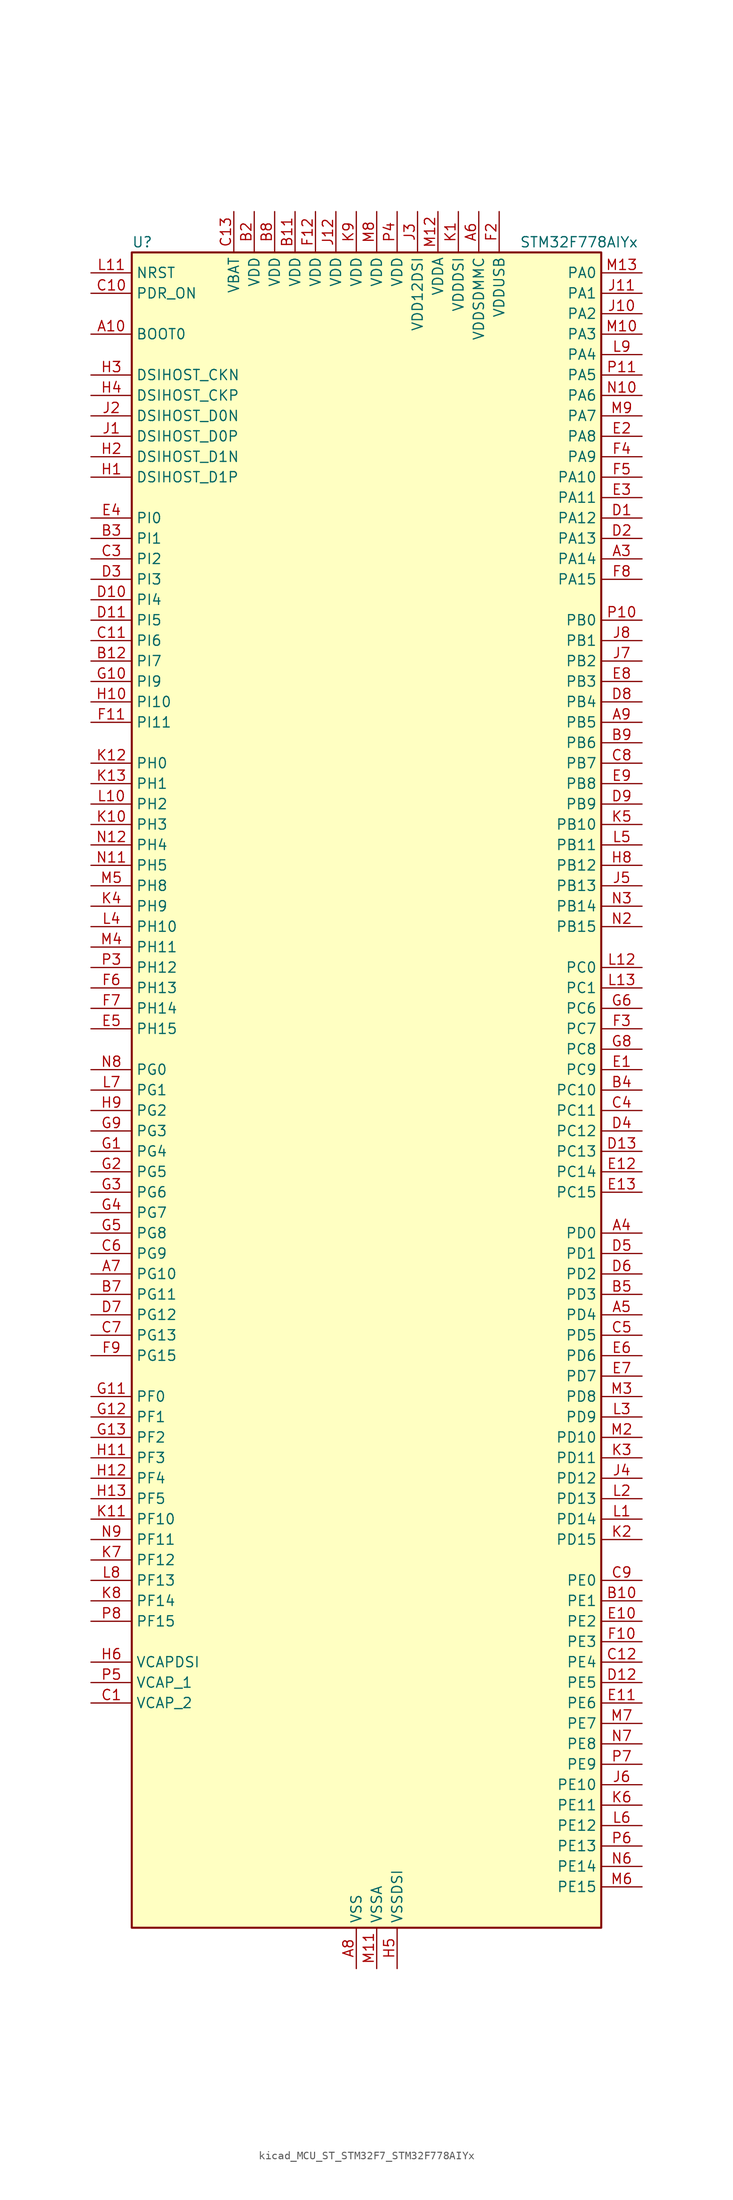
<source format=kicad_sym>
(kicad_symbol_lib
  (version 20220914)
  (generator kicad_symbol_editor)
  (symbol "kicad_MCU_ST_STM32F7_STM32F778AIYx"
    (property "Reference" "U"
      (at -27.94 105.41 0)
      (effects (font (size 1.27 1.27)) (justify left)))
    (property "Value" "STM32F778AIYx"
      (at 20.32 105.41 0)
      (effects (font (size 1.27 1.27)) (justify left)))
    (property "ki_locked" ""
      (at 0 0 0)
      (effects (font (size 1.27 1.27))))
    (symbol "kicad_MCU_ST_STM32F7_STM32F778AIYx_0_1"
      (rectangle (start -27.94 -104.14) (end 30.48 104.14) (stroke (width 0.254) (type default)) (fill (type background))))
    (symbol "kicad_MCU_ST_STM32F7_STM32F778AIYx_1_1"
      (pin no_connect line (at -27.94 -104.14 0) (length 5.08) hide (name "NC" (effects (font (size 1.27 1.27)))) (number "A1" (effects (font (size 1.27 1.27)))))
      (pin input line (at -33.02 93.98 0) (length 5.08) (name "BOOT0" (effects (font (size 1.27 1.27)))) (number "A10" (effects (font (size 1.27 1.27)))))
      (pin passive line (at 0 -109.22 90) (length 5.08) hide (name "VSS" (effects (font (size 1.27 1.27)))) (number "A11" (effects (font (size 1.27 1.27)))))
      (pin no_connect line (at -27.94 -99.06 0) (length 5.08) hide (name "NC" (effects (font (size 1.27 1.27)))) (number "A12" (effects (font (size 1.27 1.27)))))
      (pin no_connect line (at -27.94 -96.52 0) (length 5.08) hide (name "NC" (effects (font (size 1.27 1.27)))) (number "A13" (effects (font (size 1.27 1.27)))))
      (pin no_connect line (at -27.94 -101.6 0) (length 5.08) hide (name "NC" (effects (font (size 1.27 1.27)))) (number "A2" (effects (font (size 1.27 1.27)))))
      (pin bidirectional line (at 35.56 66.04 180) (length 5.08) (name "PA14" (effects (font (size 1.27 1.27)))) (number "A3" (effects (font (size 1.27 1.27)))) (alternate "SYS_JTCK-SWCLK" bidirectional line))
      (pin bidirectional line (at 35.56 -17.78 180) (length 5.08) (name "PD0" (effects (font (size 1.27 1.27)))) (number "A4" (effects (font (size 1.27 1.27)))) (alternate "CAN1_RX" bidirectional line) (alternate "DFSDM1_CKIN6" bidirectional line) (alternate "DFSDM1_DATIN7" bidirectional line) (alternate "FMC_D2" bidirectional line) (alternate "FMC_DA2" bidirectional line) (alternate "UART4_RX" bidirectional line))
      (pin bidirectional line (at 35.56 -27.94 180) (length 5.08) (name "PD4" (effects (font (size 1.27 1.27)))) (number "A5" (effects (font (size 1.27 1.27)))) (alternate "DFSDM1_CKIN0" bidirectional line) (alternate "FMC_NOE" bidirectional line) (alternate "USART2_DE" bidirectional line) (alternate "USART2_RTS" bidirectional line))
      (pin power_in line (at 15.24 109.22 270) (length 5.08) (name "VDDSDMMC" (effects (font (size 1.27 1.27)))) (number "A6" (effects (font (size 1.27 1.27)))))
      (pin bidirectional line (at -33.02 -22.86 0) (length 5.08) (name "PG10" (effects (font (size 1.27 1.27)))) (number "A7" (effects (font (size 1.27 1.27)))) (alternate "DCMI_D2" bidirectional line) (alternate "FMC_NE3" bidirectional line) (alternate "I2S1_WS" bidirectional line) (alternate "LTDC_B2" bidirectional line) (alternate "LTDC_G3" bidirectional line) (alternate "SAI2_SD_B" bidirectional line) (alternate "SDMMC2_D1" bidirectional line) (alternate "SPI1_NSS" bidirectional line))
      (pin power_in line (at 0 -109.22 90) (length 5.08) (name "VSS" (effects (font (size 1.27 1.27)))) (number "A8" (effects (font (size 1.27 1.27)))))
      (pin bidirectional line (at 35.56 45.72 180) (length 5.08) (name "PB5" (effects (font (size 1.27 1.27)))) (number "A9" (effects (font (size 1.27 1.27)))) (alternate "CAN2_RX" bidirectional line) (alternate "DCMI_D10" bidirectional line) (alternate "FMC_SDCKE1" bidirectional line) (alternate "I2C1_SMBA" bidirectional line) (alternate "I2S1_SD" bidirectional line) (alternate "I2S3_SD" bidirectional line) (alternate "LTDC_G7" bidirectional line) (alternate "SPI1_MOSI" bidirectional line) (alternate "SPI3_MOSI" bidirectional line) (alternate "SPI6_MOSI" bidirectional line) (alternate "TIM3_CH2" bidirectional line) (alternate "UART5_RX" bidirectional line) (alternate "USB_OTG_HS_ULPI_D7" bidirectional line))
      (pin no_connect line (at -27.94 -93.98 0) (length 5.08) hide (name "NC" (effects (font (size 1.27 1.27)))) (number "B1" (effects (font (size 1.27 1.27)))))
      (pin bidirectional line (at 35.56 -63.5 180) (length 5.08) (name "PE1" (effects (font (size 1.27 1.27)))) (number "B10" (effects (font (size 1.27 1.27)))) (alternate "DCMI_D3" bidirectional line) (alternate "FMC_NBL1" bidirectional line) (alternate "LPTIM1_IN2" bidirectional line) (alternate "UART8_TX" bidirectional line))
      (pin power_in line (at -7.62 109.22 270) (length 5.08) (name "VDD" (effects (font (size 1.27 1.27)))) (number "B11" (effects (font (size 1.27 1.27)))))
      (pin bidirectional line (at -33.02 53.34 0) (length 5.08) (name "PI7" (effects (font (size 1.27 1.27)))) (number "B12" (effects (font (size 1.27 1.27)))) (alternate "DCMI_D7" bidirectional line) (alternate "FMC_D29" bidirectional line) (alternate "LTDC_B7" bidirectional line) (alternate "SAI2_FS_A" bidirectional line) (alternate "TIM8_CH3" bidirectional line))
      (pin no_connect line (at -27.94 -91.44 0) (length 5.08) hide (name "NC" (effects (font (size 1.27 1.27)))) (number "B13" (effects (font (size 1.27 1.27)))))
      (pin power_in line (at -12.7 109.22 270) (length 5.08) (name "VDD" (effects (font (size 1.27 1.27)))) (number "B2" (effects (font (size 1.27 1.27)))))
      (pin bidirectional line (at -33.02 68.58 0) (length 5.08) (name "PI1" (effects (font (size 1.27 1.27)))) (number "B3" (effects (font (size 1.27 1.27)))) (alternate "DCMI_D8" bidirectional line) (alternate "FMC_D25" bidirectional line) (alternate "I2S2_CK" bidirectional line) (alternate "LTDC_G6" bidirectional line) (alternate "SPI2_SCK" bidirectional line) (alternate "TIM8_BKIN2" bidirectional line))
      (pin bidirectional line (at 35.56 0 180) (length 5.08) (name "PC10" (effects (font (size 1.27 1.27)))) (number "B4" (effects (font (size 1.27 1.27)))) (alternate "DCMI_D8" bidirectional line) (alternate "DFSDM1_CKIN5" bidirectional line) (alternate "I2S3_CK" bidirectional line) (alternate "LTDC_R2" bidirectional line) (alternate "QUADSPI_BK1_IO1" bidirectional line) (alternate "SDMMC1_D2" bidirectional line) (alternate "SPI3_SCK" bidirectional line) (alternate "UART4_TX" bidirectional line) (alternate "USART3_TX" bidirectional line))
      (pin bidirectional line (at 35.56 -25.4 180) (length 5.08) (name "PD3" (effects (font (size 1.27 1.27)))) (number "B5" (effects (font (size 1.27 1.27)))) (alternate "DCMI_D5" bidirectional line) (alternate "DFSDM1_CKOUT" bidirectional line) (alternate "DFSDM1_DATIN0" bidirectional line) (alternate "FMC_CLK" bidirectional line) (alternate "I2S2_CK" bidirectional line) (alternate "LTDC_G7" bidirectional line) (alternate "SPI2_SCK" bidirectional line) (alternate "USART2_CTS" bidirectional line))
      (pin passive line (at 0 -109.22 90) (length 5.08) hide (name "VSS" (effects (font (size 1.27 1.27)))) (number "B6" (effects (font (size 1.27 1.27)))))
      (pin bidirectional line (at -33.02 -25.4 0) (length 5.08) (name "PG11" (effects (font (size 1.27 1.27)))) (number "B7" (effects (font (size 1.27 1.27)))) (alternate "ADC1_EXTI11" bidirectional line) (alternate "ADC2_EXTI11" bidirectional line) (alternate "ADC3_EXTI11" bidirectional line) (alternate "DCMI_D3" bidirectional line) (alternate "I2S1_CK" bidirectional line) (alternate "LTDC_B3" bidirectional line) (alternate "SDMMC2_D2" bidirectional line) (alternate "SPDIFRX_IN0" bidirectional line) (alternate "SPI1_SCK" bidirectional line))
      (pin power_in line (at -10.16 109.22 270) (length 5.08) (name "VDD" (effects (font (size 1.27 1.27)))) (number "B8" (effects (font (size 1.27 1.27)))))
      (pin bidirectional line (at 35.56 43.18 180) (length 5.08) (name "PB6" (effects (font (size 1.27 1.27)))) (number "B9" (effects (font (size 1.27 1.27)))) (alternate "CAN2_TX" bidirectional line) (alternate "CEC" bidirectional line) (alternate "DCMI_D5" bidirectional line) (alternate "DFSDM1_DATIN5" bidirectional line) (alternate "FMC_SDNE1" bidirectional line) (alternate "I2C1_SCL" bidirectional line) (alternate "I2C4_SCL" bidirectional line) (alternate "QUADSPI_BK1_NCS" bidirectional line) (alternate "TIM4_CH1" bidirectional line) (alternate "UART5_TX" bidirectional line) (alternate "USART1_TX" bidirectional line))
      (pin power_out line (at -33.02 -76.2 0) (length 5.08) (name "VCAP_2" (effects (font (size 1.27 1.27)))) (number "C1" (effects (font (size 1.27 1.27)))))
      (pin input line (at -33.02 99.06 0) (length 5.08) (name "PDR_ON" (effects (font (size 1.27 1.27)))) (number "C10" (effects (font (size 1.27 1.27)))))
      (pin bidirectional line (at -33.02 55.88 0) (length 5.08) (name "PI6" (effects (font (size 1.27 1.27)))) (number "C11" (effects (font (size 1.27 1.27)))) (alternate "DCMI_D6" bidirectional line) (alternate "FMC_D28" bidirectional line) (alternate "LTDC_B6" bidirectional line) (alternate "SAI2_SD_A" bidirectional line) (alternate "TIM8_CH2" bidirectional line))
      (pin bidirectional line (at 35.56 -71.12 180) (length 5.08) (name "PE4" (effects (font (size 1.27 1.27)))) (number "C12" (effects (font (size 1.27 1.27)))) (alternate "DCMI_D4" bidirectional line) (alternate "DFSDM1_DATIN3" bidirectional line) (alternate "FMC_A20" bidirectional line) (alternate "LTDC_B0" bidirectional line) (alternate "SAI1_FS_A" bidirectional line) (alternate "SPI4_NSS" bidirectional line) (alternate "SYS_TRACED1" bidirectional line))
      (pin power_in line (at -15.24 109.22 270) (length 5.08) (name "VBAT" (effects (font (size 1.27 1.27)))) (number "C13" (effects (font (size 1.27 1.27)))))
      (pin passive line (at 0 -109.22 90) (length 5.08) hide (name "VSS" (effects (font (size 1.27 1.27)))) (number "C2" (effects (font (size 1.27 1.27)))))
      (pin bidirectional line (at -33.02 66.04 0) (length 5.08) (name "PI2" (effects (font (size 1.27 1.27)))) (number "C3" (effects (font (size 1.27 1.27)))) (alternate "DCMI_D9" bidirectional line) (alternate "FMC_D26" bidirectional line) (alternate "LTDC_G7" bidirectional line) (alternate "SPI2_MISO" bidirectional line) (alternate "TIM8_CH4" bidirectional line))
      (pin bidirectional line (at 35.56 -2.54 180) (length 5.08) (name "PC11" (effects (font (size 1.27 1.27)))) (number "C4" (effects (font (size 1.27 1.27)))) (alternate "ADC1_EXTI11" bidirectional line) (alternate "ADC2_EXTI11" bidirectional line) (alternate "ADC3_EXTI11" bidirectional line) (alternate "DCMI_D4" bidirectional line) (alternate "DFSDM1_DATIN5" bidirectional line) (alternate "QUADSPI_BK2_NCS" bidirectional line) (alternate "SDMMC1_D3" bidirectional line) (alternate "SPI3_MISO" bidirectional line) (alternate "UART4_RX" bidirectional line) (alternate "USART3_RX" bidirectional line))
      (pin bidirectional line (at 35.56 -30.48 180) (length 5.08) (name "PD5" (effects (font (size 1.27 1.27)))) (number "C5" (effects (font (size 1.27 1.27)))) (alternate "FMC_NWE" bidirectional line) (alternate "USART2_TX" bidirectional line))
      (pin bidirectional line (at -33.02 -20.32 0) (length 5.08) (name "PG9" (effects (font (size 1.27 1.27)))) (number "C6" (effects (font (size 1.27 1.27)))) (alternate "DAC_EXTI9" bidirectional line) (alternate "DCMI_VSYNC" bidirectional line) (alternate "FMC_NCE" bidirectional line) (alternate "FMC_NE2" bidirectional line) (alternate "QUADSPI_BK2_IO2" bidirectional line) (alternate "SAI2_FS_B" bidirectional line) (alternate "SDMMC2_D0" bidirectional line) (alternate "SPDIFRX_IN3" bidirectional line) (alternate "SPI1_MISO" bidirectional line) (alternate "USART6_RX" bidirectional line))
      (pin bidirectional line (at -33.02 -30.48 0) (length 5.08) (name "PG13" (effects (font (size 1.27 1.27)))) (number "C7" (effects (font (size 1.27 1.27)))) (alternate "FMC_A24" bidirectional line) (alternate "LPTIM1_OUT" bidirectional line) (alternate "LTDC_R0" bidirectional line) (alternate "SPI6_SCK" bidirectional line) (alternate "SYS_TRACED0" bidirectional line) (alternate "USART6_CTS" bidirectional line))
      (pin bidirectional line (at 35.56 40.64 180) (length 5.08) (name "PB7" (effects (font (size 1.27 1.27)))) (number "C8" (effects (font (size 1.27 1.27)))) (alternate "DCMI_VSYNC" bidirectional line) (alternate "DFSDM1_CKIN5" bidirectional line) (alternate "FMC_NL" bidirectional line) (alternate "I2C1_SDA" bidirectional line) (alternate "I2C4_SDA" bidirectional line) (alternate "TIM4_CH2" bidirectional line) (alternate "USART1_RX" bidirectional line))
      (pin bidirectional line (at 35.56 -60.96 180) (length 5.08) (name "PE0" (effects (font (size 1.27 1.27)))) (number "C9" (effects (font (size 1.27 1.27)))) (alternate "DCMI_D2" bidirectional line) (alternate "FMC_NBL0" bidirectional line) (alternate "LPTIM1_ETR" bidirectional line) (alternate "SAI2_MCLK_A" bidirectional line) (alternate "TIM4_ETR" bidirectional line) (alternate "UART8_RX" bidirectional line))
      (pin bidirectional line (at 35.56 71.12 180) (length 5.08) (name "PA12" (effects (font (size 1.27 1.27)))) (number "D1" (effects (font (size 1.27 1.27)))) (alternate "CAN1_TX" bidirectional line) (alternate "I2S2_CK" bidirectional line) (alternate "LTDC_R5" bidirectional line) (alternate "SAI2_FS_B" bidirectional line) (alternate "SPI2_SCK" bidirectional line) (alternate "TIM1_ETR" bidirectional line) (alternate "UART4_TX" bidirectional line) (alternate "USART1_DE" bidirectional line) (alternate "USART1_RTS" bidirectional line) (alternate "USB_OTG_FS_DP" bidirectional line))
      (pin bidirectional line (at -33.02 60.96 0) (length 5.08) (name "PI4" (effects (font (size 1.27 1.27)))) (number "D10" (effects (font (size 1.27 1.27)))) (alternate "DCMI_D5" bidirectional line) (alternate "FMC_NBL2" bidirectional line) (alternate "LTDC_B4" bidirectional line) (alternate "SAI2_MCLK_A" bidirectional line) (alternate "TIM8_BKIN" bidirectional line))
      (pin bidirectional line (at -33.02 58.42 0) (length 5.08) (name "PI5" (effects (font (size 1.27 1.27)))) (number "D11" (effects (font (size 1.27 1.27)))) (alternate "DCMI_VSYNC" bidirectional line) (alternate "FMC_NBL3" bidirectional line) (alternate "LTDC_B5" bidirectional line) (alternate "SAI2_SCK_A" bidirectional line) (alternate "TIM8_CH1" bidirectional line))
      (pin bidirectional line (at 35.56 -73.66 180) (length 5.08) (name "PE5" (effects (font (size 1.27 1.27)))) (number "D12" (effects (font (size 1.27 1.27)))) (alternate "DCMI_D6" bidirectional line) (alternate "DFSDM1_CKIN3" bidirectional line) (alternate "FMC_A21" bidirectional line) (alternate "LTDC_G0" bidirectional line) (alternate "SAI1_SCK_A" bidirectional line) (alternate "SPI4_MISO" bidirectional line) (alternate "SYS_TRACED2" bidirectional line) (alternate "TIM9_CH1" bidirectional line))
      (pin bidirectional line (at 35.56 -7.62 180) (length 5.08) (name "PC13" (effects (font (size 1.27 1.27)))) (number "D13" (effects (font (size 1.27 1.27)))) (alternate "RTC_OUT" bidirectional line) (alternate "RTC_TAMP1" bidirectional line) (alternate "RTC_TS" bidirectional line) (alternate "SYS_WKUP4" bidirectional line))
      (pin bidirectional line (at 35.56 68.58 180) (length 5.08) (name "PA13" (effects (font (size 1.27 1.27)))) (number "D2" (effects (font (size 1.27 1.27)))) (alternate "SYS_JTMS-SWDIO" bidirectional line))
      (pin bidirectional line (at -33.02 63.5 0) (length 5.08) (name "PI3" (effects (font (size 1.27 1.27)))) (number "D3" (effects (font (size 1.27 1.27)))) (alternate "DCMI_D10" bidirectional line) (alternate "FMC_D27" bidirectional line) (alternate "I2S2_SD" bidirectional line) (alternate "SPI2_MOSI" bidirectional line) (alternate "TIM8_ETR" bidirectional line))
      (pin bidirectional line (at 35.56 -5.08 180) (length 5.08) (name "PC12" (effects (font (size 1.27 1.27)))) (number "D4" (effects (font (size 1.27 1.27)))) (alternate "DCMI_D9" bidirectional line) (alternate "I2S3_SD" bidirectional line) (alternate "SDMMC1_CK" bidirectional line) (alternate "SPI3_MOSI" bidirectional line) (alternate "SYS_TRACED3" bidirectional line) (alternate "UART5_TX" bidirectional line) (alternate "USART3_CK" bidirectional line))
      (pin bidirectional line (at 35.56 -20.32 180) (length 5.08) (name "PD1" (effects (font (size 1.27 1.27)))) (number "D5" (effects (font (size 1.27 1.27)))) (alternate "CAN1_TX" bidirectional line) (alternate "DFSDM1_CKIN7" bidirectional line) (alternate "DFSDM1_DATIN6" bidirectional line) (alternate "FMC_D3" bidirectional line) (alternate "FMC_DA3" bidirectional line) (alternate "UART4_TX" bidirectional line))
      (pin bidirectional line (at 35.56 -22.86 180) (length 5.08) (name "PD2" (effects (font (size 1.27 1.27)))) (number "D6" (effects (font (size 1.27 1.27)))) (alternate "DCMI_D11" bidirectional line) (alternate "SDMMC1_CMD" bidirectional line) (alternate "SYS_TRACED2" bidirectional line) (alternate "TIM3_ETR" bidirectional line) (alternate "UART5_RX" bidirectional line))
      (pin bidirectional line (at -33.02 -27.94 0) (length 5.08) (name "PG12" (effects (font (size 1.27 1.27)))) (number "D7" (effects (font (size 1.27 1.27)))) (alternate "FMC_NE4" bidirectional line) (alternate "LPTIM1_IN1" bidirectional line) (alternate "LTDC_B1" bidirectional line) (alternate "LTDC_B4" bidirectional line) (alternate "SDMMC2_D3" bidirectional line) (alternate "SPDIFRX_IN1" bidirectional line) (alternate "SPI6_MISO" bidirectional line) (alternate "USART6_DE" bidirectional line) (alternate "USART6_RTS" bidirectional line))
      (pin bidirectional line (at 35.56 48.26 180) (length 5.08) (name "PB4" (effects (font (size 1.27 1.27)))) (number "D8" (effects (font (size 1.27 1.27)))) (alternate "CAN3_TX" bidirectional line) (alternate "I2S2_WS" bidirectional line) (alternate "SDMMC2_D3" bidirectional line) (alternate "SPI1_MISO" bidirectional line) (alternate "SPI2_NSS" bidirectional line) (alternate "SPI3_MISO" bidirectional line) (alternate "SPI6_MISO" bidirectional line) (alternate "SYS_JTRST" bidirectional line) (alternate "TIM3_CH1" bidirectional line) (alternate "UART7_TX" bidirectional line))
      (pin bidirectional line (at 35.56 35.56 180) (length 5.08) (name "PB9" (effects (font (size 1.27 1.27)))) (number "D9" (effects (font (size 1.27 1.27)))) (alternate "CAN1_TX" bidirectional line) (alternate "DAC_EXTI9" bidirectional line) (alternate "DCMI_D7" bidirectional line) (alternate "DFSDM1_DATIN7" bidirectional line) (alternate "I2C1_SDA" bidirectional line) (alternate "I2C4_SDA" bidirectional line) (alternate "I2C4_SMBA" bidirectional line) (alternate "I2S2_WS" bidirectional line) (alternate "LTDC_B7" bidirectional line) (alternate "SDMMC1_D5" bidirectional line) (alternate "SDMMC2_D5" bidirectional line) (alternate "SPI2_NSS" bidirectional line) (alternate "TIM11_CH1" bidirectional line) (alternate "TIM4_CH4" bidirectional line) (alternate "UART5_TX" bidirectional line))
      (pin bidirectional line (at 35.56 2.54 180) (length 5.08) (name "PC9" (effects (font (size 1.27 1.27)))) (number "E1" (effects (font (size 1.27 1.27)))) (alternate "DAC_EXTI9" bidirectional line) (alternate "DCMI_D3" bidirectional line) (alternate "I2C3_SDA" bidirectional line) (alternate "I2S_CKIN" bidirectional line) (alternate "LTDC_B2" bidirectional line) (alternate "LTDC_G3" bidirectional line) (alternate "QUADSPI_BK1_IO0" bidirectional line) (alternate "RCC_MCO_2" bidirectional line) (alternate "SDMMC1_D1" bidirectional line) (alternate "TIM3_CH4" bidirectional line) (alternate "TIM8_CH4" bidirectional line) (alternate "UART5_CTS" bidirectional line))
      (pin bidirectional line (at 35.56 -66.04 180) (length 5.08) (name "PE2" (effects (font (size 1.27 1.27)))) (number "E10" (effects (font (size 1.27 1.27)))) (alternate "FMC_A23" bidirectional line) (alternate "QUADSPI_BK1_IO2" bidirectional line) (alternate "SAI1_MCLK_A" bidirectional line) (alternate "SPI4_SCK" bidirectional line) (alternate "SYS_TRACECLK" bidirectional line))
      (pin bidirectional line (at 35.56 -76.2 180) (length 5.08) (name "PE6" (effects (font (size 1.27 1.27)))) (number "E11" (effects (font (size 1.27 1.27)))) (alternate "DCMI_D7" bidirectional line) (alternate "FMC_A22" bidirectional line) (alternate "LTDC_G1" bidirectional line) (alternate "SAI1_SD_A" bidirectional line) (alternate "SAI2_MCLK_B" bidirectional line) (alternate "SPI4_MOSI" bidirectional line) (alternate "SYS_TRACED3" bidirectional line) (alternate "TIM1_BKIN2" bidirectional line) (alternate "TIM9_CH2" bidirectional line))
      (pin bidirectional line (at 35.56 -10.16 180) (length 5.08) (name "PC14" (effects (font (size 1.27 1.27)))) (number "E12" (effects (font (size 1.27 1.27)))) (alternate "RCC_OSC32_IN" bidirectional line))
      (pin bidirectional line (at 35.56 -12.7 180) (length 5.08) (name "PC15" (effects (font (size 1.27 1.27)))) (number "E13" (effects (font (size 1.27 1.27)))) (alternate "RCC_OSC32_OUT" bidirectional line))
      (pin bidirectional line (at 35.56 81.28 180) (length 5.08) (name "PA8" (effects (font (size 1.27 1.27)))) (number "E2" (effects (font (size 1.27 1.27)))) (alternate "CAN3_RX" bidirectional line) (alternate "I2C3_SCL" bidirectional line) (alternate "LTDC_B3" bidirectional line) (alternate "LTDC_R6" bidirectional line) (alternate "RCC_MCO_1" bidirectional line) (alternate "TIM1_CH1" bidirectional line) (alternate "TIM8_BKIN2" bidirectional line) (alternate "UART7_RX" bidirectional line) (alternate "USART1_CK" bidirectional line) (alternate "USB_OTG_FS_SOF" bidirectional line))
      (pin bidirectional line (at 35.56 73.66 180) (length 5.08) (name "PA11" (effects (font (size 1.27 1.27)))) (number "E3" (effects (font (size 1.27 1.27)))) (alternate "ADC1_EXTI11" bidirectional line) (alternate "ADC2_EXTI11" bidirectional line) (alternate "ADC3_EXTI11" bidirectional line) (alternate "CAN1_RX" bidirectional line) (alternate "I2S2_WS" bidirectional line) (alternate "LTDC_R4" bidirectional line) (alternate "SPI2_NSS" bidirectional line) (alternate "TIM1_CH4" bidirectional line) (alternate "UART4_RX" bidirectional line) (alternate "USART1_CTS" bidirectional line) (alternate "USB_OTG_FS_DM" bidirectional line))
      (pin bidirectional line (at -33.02 71.12 0) (length 5.08) (name "PI0" (effects (font (size 1.27 1.27)))) (number "E4" (effects (font (size 1.27 1.27)))) (alternate "DCMI_D13" bidirectional line) (alternate "FMC_D24" bidirectional line) (alternate "I2S2_WS" bidirectional line) (alternate "LTDC_G5" bidirectional line) (alternate "SPI2_NSS" bidirectional line) (alternate "TIM5_CH4" bidirectional line))
      (pin bidirectional line (at -33.02 7.62 0) (length 5.08) (name "PH15" (effects (font (size 1.27 1.27)))) (number "E5" (effects (font (size 1.27 1.27)))) (alternate "DCMI_D11" bidirectional line) (alternate "FMC_D23" bidirectional line) (alternate "LTDC_G4" bidirectional line) (alternate "TIM8_CH3N" bidirectional line))
      (pin bidirectional line (at 35.56 -33.02 180) (length 5.08) (name "PD6" (effects (font (size 1.27 1.27)))) (number "E6" (effects (font (size 1.27 1.27)))) (alternate "DCMI_D10" bidirectional line) (alternate "DFSDM1_CKIN4" bidirectional line) (alternate "DFSDM1_DATIN1" bidirectional line) (alternate "FMC_NWAIT" bidirectional line) (alternate "I2S3_SD" bidirectional line) (alternate "LTDC_B2" bidirectional line) (alternate "SAI1_SD_A" bidirectional line) (alternate "SDMMC2_CK" bidirectional line) (alternate "SPI3_MOSI" bidirectional line) (alternate "USART2_RX" bidirectional line))
      (pin bidirectional line (at 35.56 -35.56 180) (length 5.08) (name "PD7" (effects (font (size 1.27 1.27)))) (number "E7" (effects (font (size 1.27 1.27)))) (alternate "DFSDM1_CKIN1" bidirectional line) (alternate "DFSDM1_DATIN4" bidirectional line) (alternate "FMC_NE1" bidirectional line) (alternate "I2S1_SD" bidirectional line) (alternate "SDMMC2_CMD" bidirectional line) (alternate "SPDIFRX_IN0" bidirectional line) (alternate "SPI1_MOSI" bidirectional line) (alternate "USART2_CK" bidirectional line))
      (pin bidirectional line (at 35.56 50.8 180) (length 5.08) (name "PB3" (effects (font (size 1.27 1.27)))) (number "E8" (effects (font (size 1.27 1.27)))) (alternate "CAN3_RX" bidirectional line) (alternate "I2S1_CK" bidirectional line) (alternate "I2S3_CK" bidirectional line) (alternate "SDMMC2_D2" bidirectional line) (alternate "SPI1_SCK" bidirectional line) (alternate "SPI3_SCK" bidirectional line) (alternate "SPI6_SCK" bidirectional line) (alternate "SYS_JTDO-SWO" bidirectional line) (alternate "TIM2_CH2" bidirectional line) (alternate "UART7_RX" bidirectional line))
      (pin bidirectional line (at 35.56 38.1 180) (length 5.08) (name "PB8" (effects (font (size 1.27 1.27)))) (number "E9" (effects (font (size 1.27 1.27)))) (alternate "CAN1_RX" bidirectional line) (alternate "DCMI_D6" bidirectional line) (alternate "DFSDM1_CKIN7" bidirectional line) (alternate "I2C1_SCL" bidirectional line) (alternate "I2C4_SCL" bidirectional line) (alternate "LTDC_B6" bidirectional line) (alternate "SDMMC1_D4" bidirectional line) (alternate "SDMMC2_D4" bidirectional line) (alternate "TIM10_CH1" bidirectional line) (alternate "TIM4_CH3" bidirectional line) (alternate "UART5_RX" bidirectional line))
      (pin passive line (at 0 -109.22 90) (length 5.08) hide (name "VSS" (effects (font (size 1.27 1.27)))) (number "F1" (effects (font (size 1.27 1.27)))))
      (pin bidirectional line (at 35.56 -68.58 180) (length 5.08) (name "PE3" (effects (font (size 1.27 1.27)))) (number "F10" (effects (font (size 1.27 1.27)))) (alternate "FMC_A19" bidirectional line) (alternate "SAI1_SD_B" bidirectional line) (alternate "SYS_TRACED0" bidirectional line))
      (pin bidirectional line (at -33.02 45.72 0) (length 5.08) (name "PI11" (effects (font (size 1.27 1.27)))) (number "F11" (effects (font (size 1.27 1.27)))) (alternate "ADC1_EXTI11" bidirectional line) (alternate "ADC2_EXTI11" bidirectional line) (alternate "ADC3_EXTI11" bidirectional line) (alternate "LTDC_G6" bidirectional line) (alternate "SYS_WKUP6" bidirectional line) (alternate "USB_OTG_HS_ULPI_DIR" bidirectional line))
      (pin power_in line (at -5.08 109.22 270) (length 5.08) (name "VDD" (effects (font (size 1.27 1.27)))) (number "F12" (effects (font (size 1.27 1.27)))))
      (pin passive line (at 0 -109.22 90) (length 5.08) hide (name "VSS" (effects (font (size 1.27 1.27)))) (number "F13" (effects (font (size 1.27 1.27)))))
      (pin power_in line (at 17.78 109.22 270) (length 5.08) (name "VDDUSB" (effects (font (size 1.27 1.27)))) (number "F2" (effects (font (size 1.27 1.27)))))
      (pin bidirectional line (at 35.56 7.62 180) (length 5.08) (name "PC7" (effects (font (size 1.27 1.27)))) (number "F3" (effects (font (size 1.27 1.27)))) (alternate "DCMI_D1" bidirectional line) (alternate "DFSDM1_DATIN3" bidirectional line) (alternate "FMC_NE1" bidirectional line) (alternate "I2S3_MCK" bidirectional line) (alternate "LTDC_G6" bidirectional line) (alternate "SDMMC1_D7" bidirectional line) (alternate "SDMMC2_D7" bidirectional line) (alternate "TIM3_CH2" bidirectional line) (alternate "TIM8_CH2" bidirectional line) (alternate "USART6_RX" bidirectional line))
      (pin bidirectional line (at 35.56 78.74 180) (length 5.08) (name "PA9" (effects (font (size 1.27 1.27)))) (number "F4" (effects (font (size 1.27 1.27)))) (alternate "DAC_EXTI9" bidirectional line) (alternate "DCMI_D0" bidirectional line) (alternate "I2C3_SMBA" bidirectional line) (alternate "I2S2_CK" bidirectional line) (alternate "LTDC_R5" bidirectional line) (alternate "SPI2_SCK" bidirectional line) (alternate "TIM1_CH2" bidirectional line) (alternate "USART1_TX" bidirectional line) (alternate "USB_OTG_FS_VBUS" bidirectional line))
      (pin bidirectional line (at 35.56 76.2 180) (length 5.08) (name "PA10" (effects (font (size 1.27 1.27)))) (number "F5" (effects (font (size 1.27 1.27)))) (alternate "DCMI_D1" bidirectional line) (alternate "LTDC_B1" bidirectional line) (alternate "LTDC_B4" bidirectional line) (alternate "MDIOS_MDIO" bidirectional line) (alternate "TIM1_CH3" bidirectional line) (alternate "USART1_RX" bidirectional line) (alternate "USB_OTG_FS_ID" bidirectional line))
      (pin bidirectional line (at -33.02 12.7 0) (length 5.08) (name "PH13" (effects (font (size 1.27 1.27)))) (number "F6" (effects (font (size 1.27 1.27)))) (alternate "CAN1_TX" bidirectional line) (alternate "FMC_D21" bidirectional line) (alternate "LTDC_G2" bidirectional line) (alternate "TIM8_CH1N" bidirectional line) (alternate "UART4_TX" bidirectional line))
      (pin bidirectional line (at -33.02 10.16 0) (length 5.08) (name "PH14" (effects (font (size 1.27 1.27)))) (number "F7" (effects (font (size 1.27 1.27)))) (alternate "CAN1_RX" bidirectional line) (alternate "DCMI_D4" bidirectional line) (alternate "FMC_D22" bidirectional line) (alternate "LTDC_G3" bidirectional line) (alternate "TIM8_CH2N" bidirectional line) (alternate "UART4_RX" bidirectional line))
      (pin bidirectional line (at 35.56 63.5 180) (length 5.08) (name "PA15" (effects (font (size 1.27 1.27)))) (number "F8" (effects (font (size 1.27 1.27)))) (alternate "CAN3_TX" bidirectional line) (alternate "CEC" bidirectional line) (alternate "I2S1_WS" bidirectional line) (alternate "I2S3_WS" bidirectional line) (alternate "SPI1_NSS" bidirectional line) (alternate "SPI3_NSS" bidirectional line) (alternate "SPI6_NSS" bidirectional line) (alternate "SYS_JTDI" bidirectional line) (alternate "TIM2_CH1" bidirectional line) (alternate "TIM2_ETR" bidirectional line) (alternate "UART4_DE" bidirectional line) (alternate "UART4_RTS" bidirectional line) (alternate "UART7_TX" bidirectional line))
      (pin bidirectional line (at -33.02 -33.02 0) (length 5.08) (name "PG15" (effects (font (size 1.27 1.27)))) (number "F9" (effects (font (size 1.27 1.27)))) (alternate "DCMI_D13" bidirectional line) (alternate "FMC_SDNCAS" bidirectional line) (alternate "USART6_CTS" bidirectional line))
      (pin bidirectional line (at -33.02 -7.62 0) (length 5.08) (name "PG4" (effects (font (size 1.27 1.27)))) (number "G1" (effects (font (size 1.27 1.27)))) (alternate "FMC_A14" bidirectional line) (alternate "FMC_BA0" bidirectional line))
      (pin bidirectional line (at -33.02 50.8 0) (length 5.08) (name "PI9" (effects (font (size 1.27 1.27)))) (number "G10" (effects (font (size 1.27 1.27)))) (alternate "CAN1_RX" bidirectional line) (alternate "DAC_EXTI9" bidirectional line) (alternate "FMC_D30" bidirectional line) (alternate "LTDC_VSYNC" bidirectional line) (alternate "UART4_RX" bidirectional line))
      (pin bidirectional line (at -33.02 -38.1 0) (length 5.08) (name "PF0" (effects (font (size 1.27 1.27)))) (number "G11" (effects (font (size 1.27 1.27)))) (alternate "FMC_A0" bidirectional line) (alternate "I2C2_SDA" bidirectional line))
      (pin bidirectional line (at -33.02 -40.64 0) (length 5.08) (name "PF1" (effects (font (size 1.27 1.27)))) (number "G12" (effects (font (size 1.27 1.27)))) (alternate "FMC_A1" bidirectional line) (alternate "I2C2_SCL" bidirectional line))
      (pin bidirectional line (at -33.02 -43.18 0) (length 5.08) (name "PF2" (effects (font (size 1.27 1.27)))) (number "G13" (effects (font (size 1.27 1.27)))) (alternate "FMC_A2" bidirectional line) (alternate "I2C2_SMBA" bidirectional line))
      (pin bidirectional line (at -33.02 -10.16 0) (length 5.08) (name "PG5" (effects (font (size 1.27 1.27)))) (number "G2" (effects (font (size 1.27 1.27)))) (alternate "FMC_A15" bidirectional line) (alternate "FMC_BA1" bidirectional line))
      (pin bidirectional line (at -33.02 -12.7 0) (length 5.08) (name "PG6" (effects (font (size 1.27 1.27)))) (number "G3" (effects (font (size 1.27 1.27)))) (alternate "DCMI_D12" bidirectional line) (alternate "FMC_NE3" bidirectional line) (alternate "LTDC_R7" bidirectional line))
      (pin bidirectional line (at -33.02 -15.24 0) (length 5.08) (name "PG7" (effects (font (size 1.27 1.27)))) (number "G4" (effects (font (size 1.27 1.27)))) (alternate "DCMI_D13" bidirectional line) (alternate "FMC_INT" bidirectional line) (alternate "LTDC_CLK" bidirectional line) (alternate "SAI1_MCLK_A" bidirectional line) (alternate "USART6_CK" bidirectional line))
      (pin bidirectional line (at -33.02 -17.78 0) (length 5.08) (name "PG8" (effects (font (size 1.27 1.27)))) (number "G5" (effects (font (size 1.27 1.27)))) (alternate "FMC_SDCLK" bidirectional line) (alternate "LTDC_G7" bidirectional line) (alternate "SPDIFRX_IN2" bidirectional line) (alternate "SPI6_NSS" bidirectional line) (alternate "USART6_DE" bidirectional line) (alternate "USART6_RTS" bidirectional line))
      (pin bidirectional line (at 35.56 10.16 180) (length 5.08) (name "PC6" (effects (font (size 1.27 1.27)))) (number "G6" (effects (font (size 1.27 1.27)))) (alternate "DCMI_D0" bidirectional line) (alternate "DFSDM1_CKIN3" bidirectional line) (alternate "FMC_NWAIT" bidirectional line) (alternate "I2S2_MCK" bidirectional line) (alternate "LTDC_HSYNC" bidirectional line) (alternate "SDMMC1_D6" bidirectional line) (alternate "SDMMC2_D6" bidirectional line) (alternate "TIM3_CH1" bidirectional line) (alternate "TIM8_CH1" bidirectional line) (alternate "USART6_TX" bidirectional line))
      (pin bidirectional line (at 35.56 5.08 180) (length 5.08) (name "PC8" (effects (font (size 1.27 1.27)))) (number "G8" (effects (font (size 1.27 1.27)))) (alternate "DCMI_D2" bidirectional line) (alternate "FMC_NCE" bidirectional line) (alternate "FMC_NE2" bidirectional line) (alternate "SDMMC1_D0" bidirectional line) (alternate "SYS_TRACED1" bidirectional line) (alternate "TIM3_CH3" bidirectional line) (alternate "TIM8_CH3" bidirectional line) (alternate "UART5_DE" bidirectional line) (alternate "UART5_RTS" bidirectional line) (alternate "USART6_CK" bidirectional line))
      (pin bidirectional line (at -33.02 -5.08 0) (length 5.08) (name "PG3" (effects (font (size 1.27 1.27)))) (number "G9" (effects (font (size 1.27 1.27)))) (alternate "FMC_A13" bidirectional line))
      (pin bidirectional line (at -33.02 76.2 0) (length 5.08) (name "DSIHOST_D1P" (effects (font (size 1.27 1.27)))) (number "H1" (effects (font (size 1.27 1.27)))) (alternate "DSIHOST_D1P" bidirectional line))
      (pin bidirectional line (at -33.02 48.26 0) (length 5.08) (name "PI10" (effects (font (size 1.27 1.27)))) (number "H10" (effects (font (size 1.27 1.27)))) (alternate "FMC_D31" bidirectional line) (alternate "LTDC_HSYNC" bidirectional line))
      (pin bidirectional line (at -33.02 -45.72 0) (length 5.08) (name "PF3" (effects (font (size 1.27 1.27)))) (number "H11" (effects (font (size 1.27 1.27)))) (alternate "ADC3_IN9" bidirectional line) (alternate "FMC_A3" bidirectional line))
      (pin bidirectional line (at -33.02 -48.26 0) (length 5.08) (name "PF4" (effects (font (size 1.27 1.27)))) (number "H12" (effects (font (size 1.27 1.27)))) (alternate "ADC3_IN14" bidirectional line) (alternate "FMC_A4" bidirectional line))
      (pin bidirectional line (at -33.02 -50.8 0) (length 5.08) (name "PF5" (effects (font (size 1.27 1.27)))) (number "H13" (effects (font (size 1.27 1.27)))) (alternate "ADC3_IN15" bidirectional line) (alternate "FMC_A5" bidirectional line))
      (pin bidirectional line (at -33.02 78.74 0) (length 5.08) (name "DSIHOST_D1N" (effects (font (size 1.27 1.27)))) (number "H2" (effects (font (size 1.27 1.27)))) (alternate "DSIHOST_D1N" bidirectional line))
      (pin bidirectional line (at -33.02 88.9 0) (length 5.08) (name "DSIHOST_CKN" (effects (font (size 1.27 1.27)))) (number "H3" (effects (font (size 1.27 1.27)))) (alternate "DSIHOST_CKN" bidirectional line))
      (pin bidirectional line (at -33.02 86.36 0) (length 5.08) (name "DSIHOST_CKP" (effects (font (size 1.27 1.27)))) (number "H4" (effects (font (size 1.27 1.27)))) (alternate "DSIHOST_CKP" bidirectional line))
      (pin power_in line (at 5.08 -109.22 90) (length 5.08) (name "VSSDSI" (effects (font (size 1.27 1.27)))) (number "H5" (effects (font (size 1.27 1.27)))))
      (pin power_out line (at -33.02 -71.12 0) (length 5.08) (name "VCAPDSI" (effects (font (size 1.27 1.27)))) (number "H6" (effects (font (size 1.27 1.27)))))
      (pin bidirectional line (at 35.56 27.94 180) (length 5.08) (name "PB12" (effects (font (size 1.27 1.27)))) (number "H8" (effects (font (size 1.27 1.27)))) (alternate "CAN2_RX" bidirectional line) (alternate "DFSDM1_DATIN1" bidirectional line) (alternate "I2C2_SMBA" bidirectional line) (alternate "I2S2_WS" bidirectional line) (alternate "SPI2_NSS" bidirectional line) (alternate "TIM1_BKIN" bidirectional line) (alternate "UART5_RX" bidirectional line) (alternate "USART3_CK" bidirectional line) (alternate "USB_OTG_HS_ID" bidirectional line) (alternate "USB_OTG_HS_ULPI_D5" bidirectional line))
      (pin bidirectional line (at -33.02 -2.54 0) (length 5.08) (name "PG2" (effects (font (size 1.27 1.27)))) (number "H9" (effects (font (size 1.27 1.27)))) (alternate "FMC_A12" bidirectional line))
      (pin bidirectional line (at -33.02 81.28 0) (length 5.08) (name "DSIHOST_D0P" (effects (font (size 1.27 1.27)))) (number "J1" (effects (font (size 1.27 1.27)))) (alternate "DSIHOST_D0P" bidirectional line))
      (pin bidirectional line (at 35.56 96.52 180) (length 5.08) (name "PA2" (effects (font (size 1.27 1.27)))) (number "J10" (effects (font (size 1.27 1.27)))) (alternate "ADC1_IN2" bidirectional line) (alternate "ADC2_IN2" bidirectional line) (alternate "ADC3_IN2" bidirectional line) (alternate "LTDC_R1" bidirectional line) (alternate "MDIOS_MDIO" bidirectional line) (alternate "SAI2_SCK_B" bidirectional line) (alternate "SYS_WKUP2" bidirectional line) (alternate "TIM2_CH3" bidirectional line) (alternate "TIM5_CH3" bidirectional line) (alternate "TIM9_CH1" bidirectional line) (alternate "USART2_TX" bidirectional line))
      (pin bidirectional line (at 35.56 99.06 180) (length 5.08) (name "PA1" (effects (font (size 1.27 1.27)))) (number "J11" (effects (font (size 1.27 1.27)))) (alternate "ADC1_IN1" bidirectional line) (alternate "ADC2_IN1" bidirectional line) (alternate "ADC3_IN1" bidirectional line) (alternate "LTDC_R2" bidirectional line) (alternate "QUADSPI_BK1_IO3" bidirectional line) (alternate "SAI2_MCLK_B" bidirectional line) (alternate "TIM2_CH2" bidirectional line) (alternate "TIM5_CH2" bidirectional line) (alternate "UART4_RX" bidirectional line) (alternate "USART2_DE" bidirectional line) (alternate "USART2_RTS" bidirectional line))
      (pin power_in line (at -2.54 109.22 270) (length 5.08) (name "VDD" (effects (font (size 1.27 1.27)))) (number "J12" (effects (font (size 1.27 1.27)))))
      (pin passive line (at 0 -109.22 90) (length 5.08) hide (name "VSS" (effects (font (size 1.27 1.27)))) (number "J13" (effects (font (size 1.27 1.27)))))
      (pin bidirectional line (at -33.02 83.82 0) (length 5.08) (name "DSIHOST_D0N" (effects (font (size 1.27 1.27)))) (number "J2" (effects (font (size 1.27 1.27)))) (alternate "DSIHOST_D0N" bidirectional line))
      (pin power_in line (at 7.62 109.22 270) (length 5.08) (name "VDD12DSI" (effects (font (size 1.27 1.27)))) (number "J3" (effects (font (size 1.27 1.27)))))
      (pin bidirectional line (at 35.56 -48.26 180) (length 5.08) (name "PD12" (effects (font (size 1.27 1.27)))) (number "J4" (effects (font (size 1.27 1.27)))) (alternate "FMC_A17" bidirectional line) (alternate "FMC_ALE" bidirectional line) (alternate "I2C4_SCL" bidirectional line) (alternate "LPTIM1_IN1" bidirectional line) (alternate "QUADSPI_BK1_IO1" bidirectional line) (alternate "SAI2_FS_A" bidirectional line) (alternate "TIM4_CH1" bidirectional line) (alternate "USART3_DE" bidirectional line) (alternate "USART3_RTS" bidirectional line))
      (pin bidirectional line (at 35.56 25.4 180) (length 5.08) (name "PB13" (effects (font (size 1.27 1.27)))) (number "J5" (effects (font (size 1.27 1.27)))) (alternate "CAN2_TX" bidirectional line) (alternate "DFSDM1_CKIN1" bidirectional line) (alternate "I2S2_CK" bidirectional line) (alternate "SPI2_SCK" bidirectional line) (alternate "TIM1_CH1N" bidirectional line) (alternate "UART5_TX" bidirectional line) (alternate "USART3_CTS" bidirectional line) (alternate "USB_OTG_HS_ULPI_D6" bidirectional line) (alternate "USB_OTG_HS_VBUS" bidirectional line))
      (pin bidirectional line (at 35.56 -86.36 180) (length 5.08) (name "PE10" (effects (font (size 1.27 1.27)))) (number "J6" (effects (font (size 1.27 1.27)))) (alternate "DFSDM1_DATIN4" bidirectional line) (alternate "FMC_D7" bidirectional line) (alternate "FMC_DA7" bidirectional line) (alternate "QUADSPI_BK2_IO3" bidirectional line) (alternate "TIM1_CH2N" bidirectional line) (alternate "UART7_CTS" bidirectional line))
      (pin bidirectional line (at 35.56 53.34 180) (length 5.08) (name "PB2" (effects (font (size 1.27 1.27)))) (number "J7" (effects (font (size 1.27 1.27)))) (alternate "DFSDM1_CKIN1" bidirectional line) (alternate "I2S3_SD" bidirectional line) (alternate "QUADSPI_CLK" bidirectional line) (alternate "SAI1_SD_A" bidirectional line) (alternate "SPI3_MOSI" bidirectional line))
      (pin bidirectional line (at 35.56 55.88 180) (length 5.08) (name "PB1" (effects (font (size 1.27 1.27)))) (number "J8" (effects (font (size 1.27 1.27)))) (alternate "ADC1_IN9" bidirectional line) (alternate "ADC2_IN9" bidirectional line) (alternate "DFSDM1_DATIN1" bidirectional line) (alternate "LTDC_G0" bidirectional line) (alternate "LTDC_R6" bidirectional line) (alternate "TIM1_CH3N" bidirectional line) (alternate "TIM3_CH4" bidirectional line) (alternate "TIM8_CH3N" bidirectional line) (alternate "USB_OTG_HS_ULPI_D2" bidirectional line))
      (pin passive line (at 0 -109.22 90) (length 5.08) hide (name "VSS" (effects (font (size 1.27 1.27)))) (number "J9" (effects (font (size 1.27 1.27)))))
      (pin power_in line (at 12.7 109.22 270) (length 5.08) (name "VDDDSI" (effects (font (size 1.27 1.27)))) (number "K1" (effects (font (size 1.27 1.27)))))
      (pin bidirectional line (at -33.02 33.02 0) (length 5.08) (name "PH3" (effects (font (size 1.27 1.27)))) (number "K10" (effects (font (size 1.27 1.27)))) (alternate "FMC_SDNE0" bidirectional line) (alternate "LTDC_R1" bidirectional line) (alternate "QUADSPI_BK2_IO1" bidirectional line) (alternate "SAI2_MCLK_B" bidirectional line))
      (pin bidirectional line (at -33.02 -53.34 0) (length 5.08) (name "PF10" (effects (font (size 1.27 1.27)))) (number "K11" (effects (font (size 1.27 1.27)))) (alternate "ADC3_IN8" bidirectional line) (alternate "DCMI_D11" bidirectional line) (alternate "LTDC_DE" bidirectional line) (alternate "QUADSPI_CLK" bidirectional line))
      (pin bidirectional line (at -33.02 40.64 0) (length 5.08) (name "PH0" (effects (font (size 1.27 1.27)))) (number "K12" (effects (font (size 1.27 1.27)))) (alternate "RCC_OSC_IN" bidirectional line))
      (pin bidirectional line (at -33.02 38.1 0) (length 5.08) (name "PH1" (effects (font (size 1.27 1.27)))) (number "K13" (effects (font (size 1.27 1.27)))) (alternate "RCC_OSC_OUT" bidirectional line))
      (pin bidirectional line (at 35.56 -55.88 180) (length 5.08) (name "PD15" (effects (font (size 1.27 1.27)))) (number "K2" (effects (font (size 1.27 1.27)))) (alternate "FMC_D1" bidirectional line) (alternate "FMC_DA1" bidirectional line) (alternate "TIM4_CH4" bidirectional line) (alternate "UART8_DE" bidirectional line) (alternate "UART8_RTS" bidirectional line))
      (pin bidirectional line (at 35.56 -45.72 180) (length 5.08) (name "PD11" (effects (font (size 1.27 1.27)))) (number "K3" (effects (font (size 1.27 1.27)))) (alternate "ADC1_EXTI11" bidirectional line) (alternate "ADC2_EXTI11" bidirectional line) (alternate "ADC3_EXTI11" bidirectional line) (alternate "FMC_A16" bidirectional line) (alternate "FMC_CLE" bidirectional line) (alternate "I2C4_SMBA" bidirectional line) (alternate "QUADSPI_BK1_IO0" bidirectional line) (alternate "SAI2_SD_A" bidirectional line) (alternate "USART3_CTS" bidirectional line))
      (pin bidirectional line (at -33.02 22.86 0) (length 5.08) (name "PH9" (effects (font (size 1.27 1.27)))) (number "K4" (effects (font (size 1.27 1.27)))) (alternate "DAC_EXTI9" bidirectional line) (alternate "DCMI_D0" bidirectional line) (alternate "FMC_D17" bidirectional line) (alternate "I2C3_SMBA" bidirectional line) (alternate "LTDC_R3" bidirectional line) (alternate "TIM12_CH2" bidirectional line))
      (pin bidirectional line (at 35.56 33.02 180) (length 5.08) (name "PB10" (effects (font (size 1.27 1.27)))) (number "K5" (effects (font (size 1.27 1.27)))) (alternate "DFSDM1_DATIN7" bidirectional line) (alternate "I2C2_SCL" bidirectional line) (alternate "I2S2_CK" bidirectional line) (alternate "LTDC_G4" bidirectional line) (alternate "QUADSPI_BK1_NCS" bidirectional line) (alternate "SPI2_SCK" bidirectional line) (alternate "TIM2_CH3" bidirectional line) (alternate "USART3_TX" bidirectional line) (alternate "USB_OTG_HS_ULPI_D3" bidirectional line))
      (pin bidirectional line (at 35.56 -88.9 180) (length 5.08) (name "PE11" (effects (font (size 1.27 1.27)))) (number "K6" (effects (font (size 1.27 1.27)))) (alternate "ADC1_EXTI11" bidirectional line) (alternate "ADC2_EXTI11" bidirectional line) (alternate "ADC3_EXTI11" bidirectional line) (alternate "DFSDM1_CKIN4" bidirectional line) (alternate "FMC_D8" bidirectional line) (alternate "FMC_DA8" bidirectional line) (alternate "LTDC_G3" bidirectional line) (alternate "SAI2_SD_B" bidirectional line) (alternate "SPI4_NSS" bidirectional line) (alternate "TIM1_CH2" bidirectional line))
      (pin bidirectional line (at -33.02 -58.42 0) (length 5.08) (name "PF12" (effects (font (size 1.27 1.27)))) (number "K7" (effects (font (size 1.27 1.27)))) (alternate "FMC_A6" bidirectional line))
      (pin bidirectional line (at -33.02 -63.5 0) (length 5.08) (name "PF14" (effects (font (size 1.27 1.27)))) (number "K8" (effects (font (size 1.27 1.27)))) (alternate "DFSDM1_CKIN6" bidirectional line) (alternate "FMC_A8" bidirectional line) (alternate "I2C4_SCL" bidirectional line))
      (pin power_in line (at 0 109.22 270) (length 5.08) (name "VDD" (effects (font (size 1.27 1.27)))) (number "K9" (effects (font (size 1.27 1.27)))))
      (pin bidirectional line (at 35.56 -53.34 180) (length 5.08) (name "PD14" (effects (font (size 1.27 1.27)))) (number "L1" (effects (font (size 1.27 1.27)))) (alternate "FMC_D0" bidirectional line) (alternate "FMC_DA0" bidirectional line) (alternate "TIM4_CH3" bidirectional line) (alternate "UART8_CTS" bidirectional line))
      (pin bidirectional line (at -33.02 35.56 0) (length 5.08) (name "PH2" (effects (font (size 1.27 1.27)))) (number "L10" (effects (font (size 1.27 1.27)))) (alternate "FMC_SDCKE0" bidirectional line) (alternate "LPTIM1_IN2" bidirectional line) (alternate "LTDC_R0" bidirectional line) (alternate "QUADSPI_BK2_IO0" bidirectional line) (alternate "SAI2_SCK_B" bidirectional line))
      (pin input line (at -33.02 101.6 0) (length 5.08) (name "NRST" (effects (font (size 1.27 1.27)))) (number "L11" (effects (font (size 1.27 1.27)))))
      (pin bidirectional line (at 35.56 15.24 180) (length 5.08) (name "PC0" (effects (font (size 1.27 1.27)))) (number "L12" (effects (font (size 1.27 1.27)))) (alternate "ADC1_IN10" bidirectional line) (alternate "ADC2_IN10" bidirectional line) (alternate "ADC3_IN10" bidirectional line) (alternate "DFSDM1_CKIN0" bidirectional line) (alternate "DFSDM1_DATIN4" bidirectional line) (alternate "FMC_SDNWE" bidirectional line) (alternate "LTDC_R5" bidirectional line) (alternate "SAI2_FS_B" bidirectional line) (alternate "USB_OTG_HS_ULPI_STP" bidirectional line))
      (pin bidirectional line (at 35.56 12.7 180) (length 5.08) (name "PC1" (effects (font (size 1.27 1.27)))) (number "L13" (effects (font (size 1.27 1.27)))) (alternate "ADC1_IN11" bidirectional line) (alternate "ADC2_IN11" bidirectional line) (alternate "ADC3_IN11" bidirectional line) (alternate "DFSDM1_CKIN4" bidirectional line) (alternate "DFSDM1_DATIN0" bidirectional line) (alternate "I2S2_SD" bidirectional line) (alternate "MDIOS_MDC" bidirectional line) (alternate "RTC_TAMP3" bidirectional line) (alternate "RTC_TS" bidirectional line) (alternate "SAI1_SD_A" bidirectional line) (alternate "SPI2_MOSI" bidirectional line) (alternate "SYS_TRACED0" bidirectional line) (alternate "SYS_WKUP3" bidirectional line))
      (pin bidirectional line (at 35.56 -50.8 180) (length 5.08) (name "PD13" (effects (font (size 1.27 1.27)))) (number "L2" (effects (font (size 1.27 1.27)))) (alternate "FMC_A18" bidirectional line) (alternate "I2C4_SDA" bidirectional line) (alternate "LPTIM1_OUT" bidirectional line) (alternate "QUADSPI_BK1_IO3" bidirectional line) (alternate "SAI2_SCK_A" bidirectional line) (alternate "TIM4_CH2" bidirectional line))
      (pin bidirectional line (at 35.56 -40.64 180) (length 5.08) (name "PD9" (effects (font (size 1.27 1.27)))) (number "L3" (effects (font (size 1.27 1.27)))) (alternate "DAC_EXTI9" bidirectional line) (alternate "DFSDM1_DATIN3" bidirectional line) (alternate "FMC_D14" bidirectional line) (alternate "FMC_DA14" bidirectional line) (alternate "USART3_RX" bidirectional line))
      (pin bidirectional line (at -33.02 20.32 0) (length 5.08) (name "PH10" (effects (font (size 1.27 1.27)))) (number "L4" (effects (font (size 1.27 1.27)))) (alternate "DCMI_D1" bidirectional line) (alternate "FMC_D18" bidirectional line) (alternate "I2C4_SMBA" bidirectional line) (alternate "LTDC_R4" bidirectional line) (alternate "TIM5_CH1" bidirectional line))
      (pin bidirectional line (at 35.56 30.48 180) (length 5.08) (name "PB11" (effects (font (size 1.27 1.27)))) (number "L5" (effects (font (size 1.27 1.27)))) (alternate "ADC1_EXTI11" bidirectional line) (alternate "ADC2_EXTI11" bidirectional line) (alternate "ADC3_EXTI11" bidirectional line) (alternate "DFSDM1_CKIN7" bidirectional line) (alternate "DSIHOST_TE" bidirectional line) (alternate "I2C2_SDA" bidirectional line) (alternate "LTDC_G5" bidirectional line) (alternate "TIM2_CH4" bidirectional line) (alternate "USART3_RX" bidirectional line) (alternate "USB_OTG_HS_ULPI_D4" bidirectional line))
      (pin bidirectional line (at 35.56 -91.44 180) (length 5.08) (name "PE12" (effects (font (size 1.27 1.27)))) (number "L6" (effects (font (size 1.27 1.27)))) (alternate "DFSDM1_DATIN5" bidirectional line) (alternate "FMC_D9" bidirectional line) (alternate "FMC_DA9" bidirectional line) (alternate "LTDC_B4" bidirectional line) (alternate "SAI2_SCK_B" bidirectional line) (alternate "SPI4_SCK" bidirectional line) (alternate "TIM1_CH3N" bidirectional line))
      (pin bidirectional line (at -33.02 0 0) (length 5.08) (name "PG1" (effects (font (size 1.27 1.27)))) (number "L7" (effects (font (size 1.27 1.27)))) (alternate "FMC_A11" bidirectional line))
      (pin bidirectional line (at -33.02 -60.96 0) (length 5.08) (name "PF13" (effects (font (size 1.27 1.27)))) (number "L8" (effects (font (size 1.27 1.27)))) (alternate "DFSDM1_DATIN6" bidirectional line) (alternate "FMC_A7" bidirectional line) (alternate "I2C4_SMBA" bidirectional line))
      (pin bidirectional line (at 35.56 91.44 180) (length 5.08) (name "PA4" (effects (font (size 1.27 1.27)))) (number "L9" (effects (font (size 1.27 1.27)))) (alternate "ADC1_IN4" bidirectional line) (alternate "ADC2_IN4" bidirectional line) (alternate "DAC_OUT1" bidirectional line) (alternate "DCMI_HSYNC" bidirectional line) (alternate "I2S1_WS" bidirectional line) (alternate "I2S3_WS" bidirectional line) (alternate "LTDC_VSYNC" bidirectional line) (alternate "SPI1_NSS" bidirectional line) (alternate "SPI3_NSS" bidirectional line) (alternate "SPI6_NSS" bidirectional line) (alternate "USART2_CK" bidirectional line) (alternate "USB_OTG_HS_SOF" bidirectional line))
      (pin passive line (at 0 -109.22 90) (length 5.08) hide (name "VSS" (effects (font (size 1.27 1.27)))) (number "M1" (effects (font (size 1.27 1.27)))))
      (pin bidirectional line (at 35.56 93.98 180) (length 5.08) (name "PA3" (effects (font (size 1.27 1.27)))) (number "M10" (effects (font (size 1.27 1.27)))) (alternate "ADC1_IN3" bidirectional line) (alternate "ADC2_IN3" bidirectional line) (alternate "ADC3_IN3" bidirectional line) (alternate "LTDC_B2" bidirectional line) (alternate "LTDC_B5" bidirectional line) (alternate "TIM2_CH4" bidirectional line) (alternate "TIM5_CH4" bidirectional line) (alternate "TIM9_CH2" bidirectional line) (alternate "USART2_RX" bidirectional line) (alternate "USB_OTG_HS_ULPI_D0" bidirectional line))
      (pin power_in line (at 2.54 -109.22 90) (length 5.08) (name "VSSA" (effects (font (size 1.27 1.27)))) (number "M11" (effects (font (size 1.27 1.27)))))
      (pin power_in line (at 10.16 109.22 270) (length 5.08) (name "VDDA" (effects (font (size 1.27 1.27)))) (number "M12" (effects (font (size 1.27 1.27)))))
      (pin bidirectional line (at 35.56 101.6 180) (length 5.08) (name "PA0" (effects (font (size 1.27 1.27)))) (number "M13" (effects (font (size 1.27 1.27)))) (alternate "ADC1_IN0" bidirectional line) (alternate "ADC2_IN0" bidirectional line) (alternate "ADC3_IN0" bidirectional line) (alternate "SAI2_SD_B" bidirectional line) (alternate "SYS_WKUP1" bidirectional line) (alternate "TIM2_CH1" bidirectional line) (alternate "TIM2_ETR" bidirectional line) (alternate "TIM5_CH1" bidirectional line) (alternate "TIM8_ETR" bidirectional line) (alternate "UART4_TX" bidirectional line) (alternate "USART2_CTS" bidirectional line))
      (pin bidirectional line (at 35.56 -43.18 180) (length 5.08) (name "PD10" (effects (font (size 1.27 1.27)))) (number "M2" (effects (font (size 1.27 1.27)))) (alternate "DFSDM1_CKOUT" bidirectional line) (alternate "FMC_D15" bidirectional line) (alternate "FMC_DA15" bidirectional line) (alternate "LTDC_B3" bidirectional line) (alternate "USART3_CK" bidirectional line))
      (pin bidirectional line (at 35.56 -38.1 180) (length 5.08) (name "PD8" (effects (font (size 1.27 1.27)))) (number "M3" (effects (font (size 1.27 1.27)))) (alternate "DFSDM1_CKIN3" bidirectional line) (alternate "FMC_D13" bidirectional line) (alternate "FMC_DA13" bidirectional line) (alternate "SPDIFRX_IN1" bidirectional line) (alternate "USART3_TX" bidirectional line))
      (pin bidirectional line (at -33.02 17.78 0) (length 5.08) (name "PH11" (effects (font (size 1.27 1.27)))) (number "M4" (effects (font (size 1.27 1.27)))) (alternate "ADC1_EXTI11" bidirectional line) (alternate "ADC2_EXTI11" bidirectional line) (alternate "ADC3_EXTI11" bidirectional line) (alternate "DCMI_D2" bidirectional line) (alternate "FMC_D19" bidirectional line) (alternate "I2C4_SCL" bidirectional line) (alternate "LTDC_R5" bidirectional line) (alternate "TIM5_CH2" bidirectional line))
      (pin bidirectional line (at -33.02 25.4 0) (length 5.08) (name "PH8" (effects (font (size 1.27 1.27)))) (number "M5" (effects (font (size 1.27 1.27)))) (alternate "DCMI_HSYNC" bidirectional line) (alternate "FMC_D16" bidirectional line) (alternate "I2C3_SDA" bidirectional line) (alternate "LTDC_R2" bidirectional line))
      (pin bidirectional line (at 35.56 -99.06 180) (length 5.08) (name "PE15" (effects (font (size 1.27 1.27)))) (number "M6" (effects (font (size 1.27 1.27)))) (alternate "FMC_D12" bidirectional line) (alternate "FMC_DA12" bidirectional line) (alternate "LTDC_R7" bidirectional line) (alternate "TIM1_BKIN" bidirectional line))
      (pin bidirectional line (at 35.56 -78.74 180) (length 5.08) (name "PE7" (effects (font (size 1.27 1.27)))) (number "M7" (effects (font (size 1.27 1.27)))) (alternate "DFSDM1_DATIN2" bidirectional line) (alternate "FMC_D4" bidirectional line) (alternate "FMC_DA4" bidirectional line) (alternate "QUADSPI_BK2_IO0" bidirectional line) (alternate "TIM1_ETR" bidirectional line) (alternate "UART7_RX" bidirectional line))
      (pin power_in line (at 2.54 109.22 270) (length 5.08) (name "VDD" (effects (font (size 1.27 1.27)))) (number "M8" (effects (font (size 1.27 1.27)))))
      (pin bidirectional line (at 35.56 83.82 180) (length 5.08) (name "PA7" (effects (font (size 1.27 1.27)))) (number "M9" (effects (font (size 1.27 1.27)))) (alternate "ADC1_IN7" bidirectional line) (alternate "ADC2_IN7" bidirectional line) (alternate "FMC_SDNWE" bidirectional line) (alternate "I2S1_SD" bidirectional line) (alternate "SPI1_MOSI" bidirectional line) (alternate "SPI6_MOSI" bidirectional line) (alternate "TIM14_CH1" bidirectional line) (alternate "TIM1_CH1N" bidirectional line) (alternate "TIM3_CH2" bidirectional line) (alternate "TIM8_CH1N" bidirectional line))
      (pin no_connect line (at -27.94 -88.9 0) (length 5.08) hide (name "NC" (effects (font (size 1.27 1.27)))) (number "N1" (effects (font (size 1.27 1.27)))))
      (pin bidirectional line (at 35.56 86.36 180) (length 5.08) (name "PA6" (effects (font (size 1.27 1.27)))) (number "N10" (effects (font (size 1.27 1.27)))) (alternate "ADC1_IN6" bidirectional line) (alternate "ADC2_IN6" bidirectional line) (alternate "DCMI_PIXCLK" bidirectional line) (alternate "LTDC_G2" bidirectional line) (alternate "MDIOS_MDC" bidirectional line) (alternate "SPI1_MISO" bidirectional line) (alternate "SPI6_MISO" bidirectional line) (alternate "TIM13_CH1" bidirectional line) (alternate "TIM1_BKIN" bidirectional line) (alternate "TIM3_CH1" bidirectional line) (alternate "TIM8_BKIN" bidirectional line))
      (pin bidirectional line (at -33.02 27.94 0) (length 5.08) (name "PH5" (effects (font (size 1.27 1.27)))) (number "N11" (effects (font (size 1.27 1.27)))) (alternate "FMC_SDNWE" bidirectional line) (alternate "I2C2_SDA" bidirectional line))
      (pin bidirectional line (at -33.02 30.48 0) (length 5.08) (name "PH4" (effects (font (size 1.27 1.27)))) (number "N12" (effects (font (size 1.27 1.27)))) (alternate "I2C2_SCL" bidirectional line) (alternate "LTDC_G4" bidirectional line) (alternate "LTDC_G5" bidirectional line) (alternate "USB_OTG_HS_ULPI_NXT" bidirectional line))
      (pin no_connect line (at -27.94 -86.36 0) (length 5.08) hide (name "NC" (effects (font (size 1.27 1.27)))) (number "N13" (effects (font (size 1.27 1.27)))))
      (pin bidirectional line (at 35.56 20.32 180) (length 5.08) (name "PB15" (effects (font (size 1.27 1.27)))) (number "N2" (effects (font (size 1.27 1.27)))) (alternate "DFSDM1_CKIN2" bidirectional line) (alternate "I2S2_SD" bidirectional line) (alternate "RTC_REFIN" bidirectional line) (alternate "SDMMC2_D1" bidirectional line) (alternate "SPI2_MOSI" bidirectional line) (alternate "TIM12_CH2" bidirectional line) (alternate "TIM1_CH3N" bidirectional line) (alternate "TIM8_CH3N" bidirectional line) (alternate "UART4_CTS" bidirectional line) (alternate "USART1_RX" bidirectional line) (alternate "USB_OTG_HS_DP" bidirectional line))
      (pin bidirectional line (at 35.56 22.86 180) (length 5.08) (name "PB14" (effects (font (size 1.27 1.27)))) (number "N3" (effects (font (size 1.27 1.27)))) (alternate "DFSDM1_DATIN2" bidirectional line) (alternate "SDMMC2_D0" bidirectional line) (alternate "SPI2_MISO" bidirectional line) (alternate "TIM12_CH1" bidirectional line) (alternate "TIM1_CH2N" bidirectional line) (alternate "TIM8_CH2N" bidirectional line) (alternate "UART4_DE" bidirectional line) (alternate "UART4_RTS" bidirectional line) (alternate "USART1_TX" bidirectional line) (alternate "USART3_DE" bidirectional line) (alternate "USART3_RTS" bidirectional line) (alternate "USB_OTG_HS_DM" bidirectional line))
      (pin passive line (at 0 -109.22 90) (length 5.08) hide (name "VSS" (effects (font (size 1.27 1.27)))) (number "N4" (effects (font (size 1.27 1.27)))))
      (pin passive line (at 0 -109.22 90) (length 5.08) hide (name "VSS" (effects (font (size 1.27 1.27)))) (number "N5" (effects (font (size 1.27 1.27)))))
      (pin bidirectional line (at 35.56 -96.52 180) (length 5.08) (name "PE14" (effects (font (size 1.27 1.27)))) (number "N6" (effects (font (size 1.27 1.27)))) (alternate "FMC_D11" bidirectional line) (alternate "FMC_DA11" bidirectional line) (alternate "LTDC_CLK" bidirectional line) (alternate "SAI2_MCLK_B" bidirectional line) (alternate "SPI4_MOSI" bidirectional line) (alternate "TIM1_CH4" bidirectional line))
      (pin bidirectional line (at 35.56 -81.28 180) (length 5.08) (name "PE8" (effects (font (size 1.27 1.27)))) (number "N7" (effects (font (size 1.27 1.27)))) (alternate "DFSDM1_CKIN2" bidirectional line) (alternate "FMC_D5" bidirectional line) (alternate "FMC_DA5" bidirectional line) (alternate "QUADSPI_BK2_IO1" bidirectional line) (alternate "TIM1_CH1N" bidirectional line) (alternate "UART7_TX" bidirectional line))
      (pin bidirectional line (at -33.02 2.54 0) (length 5.08) (name "PG0" (effects (font (size 1.27 1.27)))) (number "N8" (effects (font (size 1.27 1.27)))) (alternate "FMC_A10" bidirectional line))
      (pin bidirectional line (at -33.02 -55.88 0) (length 5.08) (name "PF11" (effects (font (size 1.27 1.27)))) (number "N9" (effects (font (size 1.27 1.27)))) (alternate "ADC1_EXTI11" bidirectional line) (alternate "ADC2_EXTI11" bidirectional line) (alternate "ADC3_EXTI11" bidirectional line) (alternate "DCMI_D12" bidirectional line) (alternate "FMC_SDNRAS" bidirectional line) (alternate "SAI2_SD_B" bidirectional line))
      (pin no_connect line (at -27.94 -83.82 0) (length 5.08) hide (name "NC" (effects (font (size 1.27 1.27)))) (number "P1" (effects (font (size 1.27 1.27)))))
      (pin bidirectional line (at 35.56 58.42 180) (length 5.08) (name "PB0" (effects (font (size 1.27 1.27)))) (number "P10" (effects (font (size 1.27 1.27)))) (alternate "ADC1_IN8" bidirectional line) (alternate "ADC2_IN8" bidirectional line) (alternate "DFSDM1_CKOUT" bidirectional line) (alternate "LTDC_G1" bidirectional line) (alternate "LTDC_R3" bidirectional line) (alternate "TIM1_CH2N" bidirectional line) (alternate "TIM3_CH3" bidirectional line) (alternate "TIM8_CH2N" bidirectional line) (alternate "UART4_CTS" bidirectional line) (alternate "USB_OTG_HS_ULPI_D1" bidirectional line))
      (pin bidirectional line (at 35.56 88.9 180) (length 5.08) (name "PA5" (effects (font (size 1.27 1.27)))) (number "P11" (effects (font (size 1.27 1.27)))) (alternate "ADC1_IN5" bidirectional line) (alternate "ADC2_IN5" bidirectional line) (alternate "DAC_OUT2" bidirectional line) (alternate "I2S1_CK" bidirectional line) (alternate "LTDC_R4" bidirectional line) (alternate "SPI1_SCK" bidirectional line) (alternate "SPI6_SCK" bidirectional line) (alternate "TIM2_CH1" bidirectional line) (alternate "TIM2_ETR" bidirectional line) (alternate "TIM8_CH1N" bidirectional line) (alternate "USB_OTG_HS_ULPI_CK" bidirectional line))
      (pin no_connect line (at -27.94 -78.74 0) (length 5.08) hide (name "NC" (effects (font (size 1.27 1.27)))) (number "P12" (effects (font (size 1.27 1.27)))))
      (pin no_connect line (at -27.94 -76.2 0) (length 5.08) hide (name "NC" (effects (font (size 1.27 1.27)))) (number "P13" (effects (font (size 1.27 1.27)))))
      (pin no_connect line (at -27.94 -81.28 0) (length 5.08) hide (name "NC" (effects (font (size 1.27 1.27)))) (number "P2" (effects (font (size 1.27 1.27)))))
      (pin bidirectional line (at -33.02 15.24 0) (length 5.08) (name "PH12" (effects (font (size 1.27 1.27)))) (number "P3" (effects (font (size 1.27 1.27)))) (alternate "DCMI_D3" bidirectional line) (alternate "FMC_D20" bidirectional line) (alternate "I2C4_SDA" bidirectional line) (alternate "LTDC_R6" bidirectional line) (alternate "TIM5_CH3" bidirectional line))
      (pin power_in line (at 5.08 109.22 270) (length 5.08) (name "VDD" (effects (font (size 1.27 1.27)))) (number "P4" (effects (font (size 1.27 1.27)))))
      (pin power_out line (at -33.02 -73.66 0) (length 5.08) (name "VCAP_1" (effects (font (size 1.27 1.27)))) (number "P5" (effects (font (size 1.27 1.27)))))
      (pin bidirectional line (at 35.56 -93.98 180) (length 5.08) (name "PE13" (effects (font (size 1.27 1.27)))) (number "P6" (effects (font (size 1.27 1.27)))) (alternate "DFSDM1_CKIN5" bidirectional line) (alternate "FMC_D10" bidirectional line) (alternate "FMC_DA10" bidirectional line) (alternate "LTDC_DE" bidirectional line) (alternate "SAI2_FS_B" bidirectional line) (alternate "SPI4_MISO" bidirectional line) (alternate "TIM1_CH3" bidirectional line))
      (pin bidirectional line (at 35.56 -83.82 180) (length 5.08) (name "PE9" (effects (font (size 1.27 1.27)))) (number "P7" (effects (font (size 1.27 1.27)))) (alternate "DAC_EXTI9" bidirectional line) (alternate "DFSDM1_CKOUT" bidirectional line) (alternate "FMC_D6" bidirectional line) (alternate "FMC_DA6" bidirectional line) (alternate "QUADSPI_BK2_IO2" bidirectional line) (alternate "TIM1_CH1" bidirectional line) (alternate "UART7_DE" bidirectional line) (alternate "UART7_RTS" bidirectional line))
      (pin bidirectional line (at -33.02 -66.04 0) (length 5.08) (name "PF15" (effects (font (size 1.27 1.27)))) (number "P8" (effects (font (size 1.27 1.27)))) (alternate "FMC_A9" bidirectional line) (alternate "I2C4_SDA" bidirectional line))
      (pin passive line (at 0 -109.22 90) (length 5.08) hide (name "VSS" (effects (font (size 1.27 1.27)))) (number "P9" (effects (font (size 1.27 1.27))))))))
</source>
